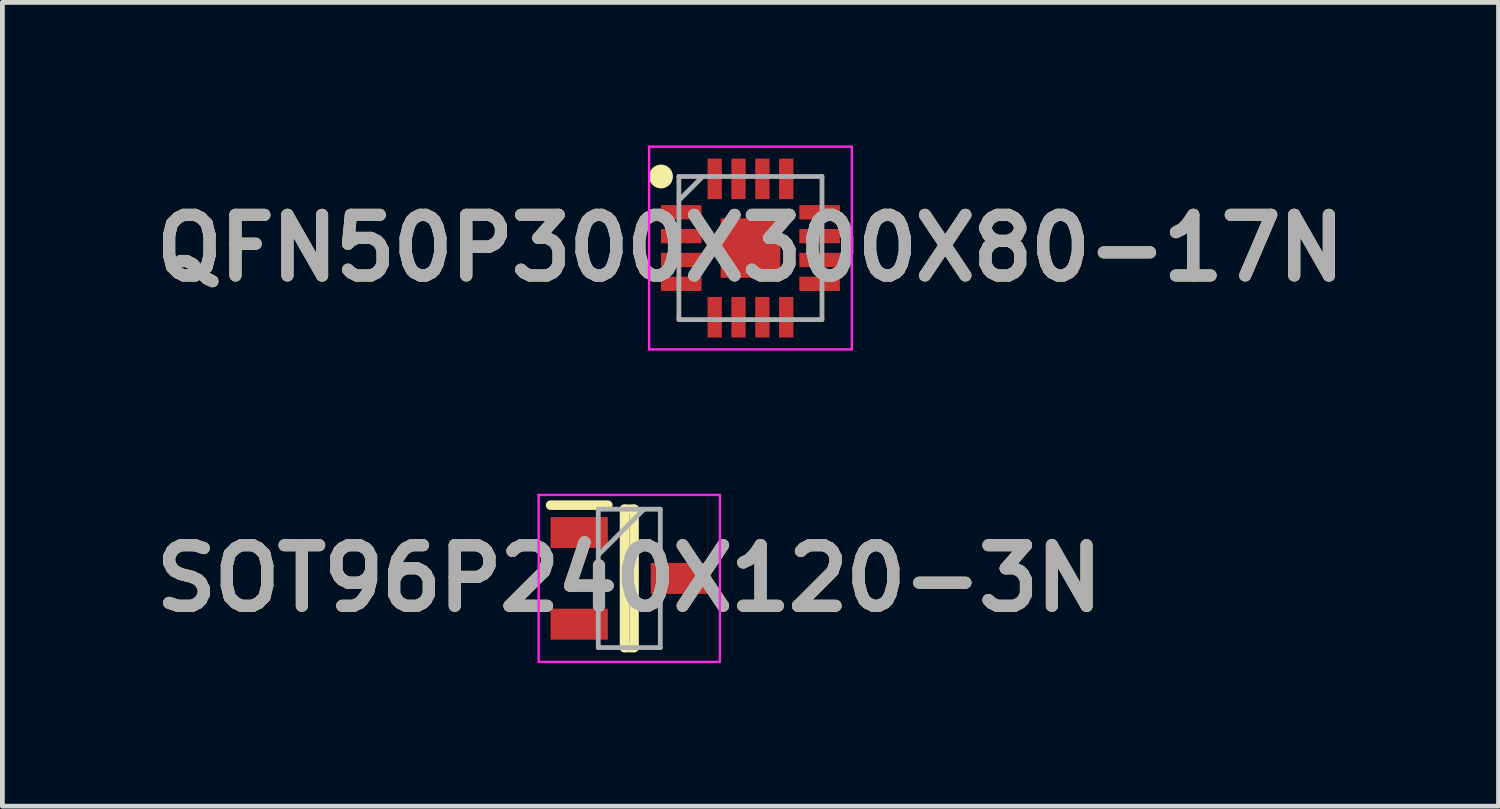
<source format=kicad_pcb>
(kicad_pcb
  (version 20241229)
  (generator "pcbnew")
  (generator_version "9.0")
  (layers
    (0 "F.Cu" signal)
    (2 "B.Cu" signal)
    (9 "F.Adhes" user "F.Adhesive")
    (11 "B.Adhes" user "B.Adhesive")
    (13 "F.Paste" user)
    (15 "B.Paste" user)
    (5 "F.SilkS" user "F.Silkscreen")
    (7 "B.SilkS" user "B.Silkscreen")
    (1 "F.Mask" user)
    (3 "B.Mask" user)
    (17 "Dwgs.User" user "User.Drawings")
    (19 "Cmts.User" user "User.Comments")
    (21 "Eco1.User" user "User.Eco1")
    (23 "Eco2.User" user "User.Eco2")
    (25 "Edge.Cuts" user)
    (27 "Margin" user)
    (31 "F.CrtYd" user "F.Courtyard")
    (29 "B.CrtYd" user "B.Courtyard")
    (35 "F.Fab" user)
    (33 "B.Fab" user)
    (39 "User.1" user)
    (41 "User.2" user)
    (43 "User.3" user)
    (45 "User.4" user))
  (footprint "QFN50P300X300X80-17N"
    (layer "F.Cu")
    (at 12.682 2.15)
    (property "Reference" "QFN50P300X300X80-17N" (at 0 0 0) (layer "F.SilkS") (effects (font (size 1.27 1.27) (thickness 0.254))))
    (attr smd)
    (fp_circle (center -1.875 -1.5) (end -1.875 -1.375) (stroke (width 0.25) (type solid)) (fill no) (layer "F.SilkS"))
    (fp_line (start -2.125 -2.125) (end 2.125 -2.125) (stroke (width 0.05) (type solid)) (layer "F.CrtYd"))
    (fp_line (start -2.125 2.125) (end -2.125 -2.125) (stroke (width 0.05) (type solid)) (layer "F.CrtYd"))
    (fp_line (start 2.125 -2.125) (end 2.125 2.125) (stroke (width 0.05) (type solid)) (layer "F.CrtYd"))
    (fp_line (start 2.125 2.125) (end -2.125 2.125) (stroke (width 0.05) (type solid)) (layer "F.CrtYd"))
    (fp_line (start -1.5 -1.5) (end 1.5 -1.5) (stroke (width 0.1) (type solid)) (layer "F.Fab"))
    (fp_line (start -1.5 -1) (end -1 -1.5) (stroke (width 0.1) (type solid)) (layer "F.Fab"))
    (fp_line (start -1.5 1.5) (end -1.5 -1.5) (stroke (width 0.1) (type solid)) (layer "F.Fab"))
    (fp_line (start 1.5 -1.5) (end 1.5 1.5) (stroke (width 0.1) (type solid)) (layer "F.Fab"))
    (fp_line (start 1.5 1.5) (end -1.5 1.5) (stroke (width 0.1) (type solid)) (layer "F.Fab"))
    (fp_text user "${REFERENCE}" (at 0 0 0) (layer "F.Fab") (effects (font (size 1.27 1.27) (thickness 0.254))))
    (pad "1" smd rect (at -1.45 -0.75 90) (size 0.3 0.85) (layers "F.Cu" "F.Mask" "F.Paste"))
    (pad "2" smd rect (at -1.45 -0.25 90) (size 0.3 0.85) (layers "F.Cu" "F.Mask" "F.Paste"))
    (pad "3" smd rect (at -1.45 0.25 90) (size 0.3 0.85) (layers "F.Cu" "F.Mask" "F.Paste"))
    (pad "4" smd rect (at -1.45 0.75 90) (size 0.3 0.85) (layers "F.Cu" "F.Mask" "F.Paste"))
    (pad "5" smd rect (at -0.75 1.45) (size 0.3 0.85) (layers "F.Cu" "F.Mask" "F.Paste"))
    (pad "6" smd rect (at -0.25 1.45) (size 0.3 0.85) (layers "F.Cu" "F.Mask" "F.Paste"))
    (pad "7" smd rect (at 0.25 1.45) (size 0.3 0.85) (layers "F.Cu" "F.Mask" "F.Paste"))
    (pad "8" smd rect (at 0.75 1.45) (size 0.3 0.85) (layers "F.Cu" "F.Mask" "F.Paste"))
    (pad "9" smd rect (at 1.45 0.75 90) (size 0.3 0.85) (layers "F.Cu" "F.Mask" "F.Paste"))
    (pad "10" smd rect (at 1.45 0.25 90) (size 0.3 0.85) (layers "F.Cu" "F.Mask" "F.Paste"))
    (pad "11" smd rect (at 1.45 -0.25 90) (size 0.3 0.85) (layers "F.Cu" "F.Mask" "F.Paste"))
    (pad "12" smd rect (at 1.45 -0.75 90) (size 0.3 0.85) (layers "F.Cu" "F.Mask" "F.Paste"))
    (pad "13" smd rect (at 0.75 -1.45) (size 0.3 0.85) (layers "F.Cu" "F.Mask" "F.Paste"))
    (pad "14" smd rect (at 0.25 -1.45) (size 0.3 0.85) (layers "F.Cu" "F.Mask" "F.Paste"))
    (pad "15" smd rect (at -0.25 -1.45) (size 0.3 0.85) (layers "F.Cu" "F.Mask" "F.Paste"))
    (pad "16" smd rect (at -0.75 -1.45) (size 0.3 0.85) (layers "F.Cu" "F.Mask" "F.Paste"))
    (pad "17" smd rect (at 0 0) (size 1.25 1.25) (layers "F.Cu" "F.Mask" "F.Paste")))
  (footprint "SOT96P240X120-3N"
    (layer "F.Cu")
    (at 10.142 9.075)
    (property "Reference" "SOT96P240X120-3N" (at 0 0 0) (layer "F.SilkS") (effects (font (size 1.27 1.27) (thickness 0.254))))
    (attr smd)
    (fp_line (start -1.65 -1.535) (end -0.45 -1.535) (stroke (width 0.2) (type solid)) (layer "F.SilkS"))
    (fp_line (start -0.1 -1.45) (end 0.1 -1.45) (stroke (width 0.2) (type solid)) (layer "F.SilkS"))
    (fp_line (start -0.1 1.45) (end -0.1 -1.45) (stroke (width 0.2) (type solid)) (layer "F.SilkS"))
    (fp_line (start 0.1 -1.45) (end 0.1 1.45) (stroke (width 0.2) (type solid)) (layer "F.SilkS"))
    (fp_line (start 0.1 1.45) (end -0.1 1.45) (stroke (width 0.2) (type solid)) (layer "F.SilkS"))
    (fp_line (start -1.9 -1.75) (end 1.9 -1.75) (stroke (width 0.05) (type solid)) (layer "F.CrtYd"))
    (fp_line (start -1.9 1.75) (end -1.9 -1.75) (stroke (width 0.05) (type solid)) (layer "F.CrtYd"))
    (fp_line (start 1.9 -1.75) (end 1.9 1.75) (stroke (width 0.05) (type solid)) (layer "F.CrtYd"))
    (fp_line (start 1.9 1.75) (end -1.9 1.75) (stroke (width 0.05) (type solid)) (layer "F.CrtYd"))
    (fp_line (start -0.65 -1.45) (end 0.65 -1.45) (stroke (width 0.1) (type solid)) (layer "F.Fab"))
    (fp_line (start -0.65 -0.49) (end 0.31 -1.45) (stroke (width 0.1) (type solid)) (layer "F.Fab"))
    (fp_line (start -0.65 1.45) (end -0.65 -1.45) (stroke (width 0.1) (type solid)) (layer "F.Fab"))
    (fp_line (start 0.65 -1.45) (end 0.65 1.45) (stroke (width 0.1) (type solid)) (layer "F.Fab"))
    (fp_line (start 0.65 1.45) (end -0.65 1.45) (stroke (width 0.1) (type solid)) (layer "F.Fab"))
    (fp_text user "${REFERENCE}" (at 0 0 0) (layer "F.Fab") (effects (font (size 1.27 1.27) (thickness 0.254))))
    (pad "1" smd rect (at -1.05 -0.96 90) (size 0.65 1.2) (layers "F.Cu" "F.Mask" "F.Paste"))
    (pad "2" smd rect (at -1.05 0.96 90) (size 0.65 1.2) (layers "F.Cu" "F.Mask" "F.Paste"))
    (pad "3" smd rect (at 1.05 0 90) (size 0.65 1.2) (layers "F.Cu" "F.Mask" "F.Paste")))
  (gr_rect
    (start -3 -3)
    (end 28.364 13.85)
    (stroke (width 0.1) (type default))
    (fill no)
    (layer "Edge.Cuts")))
</source>
